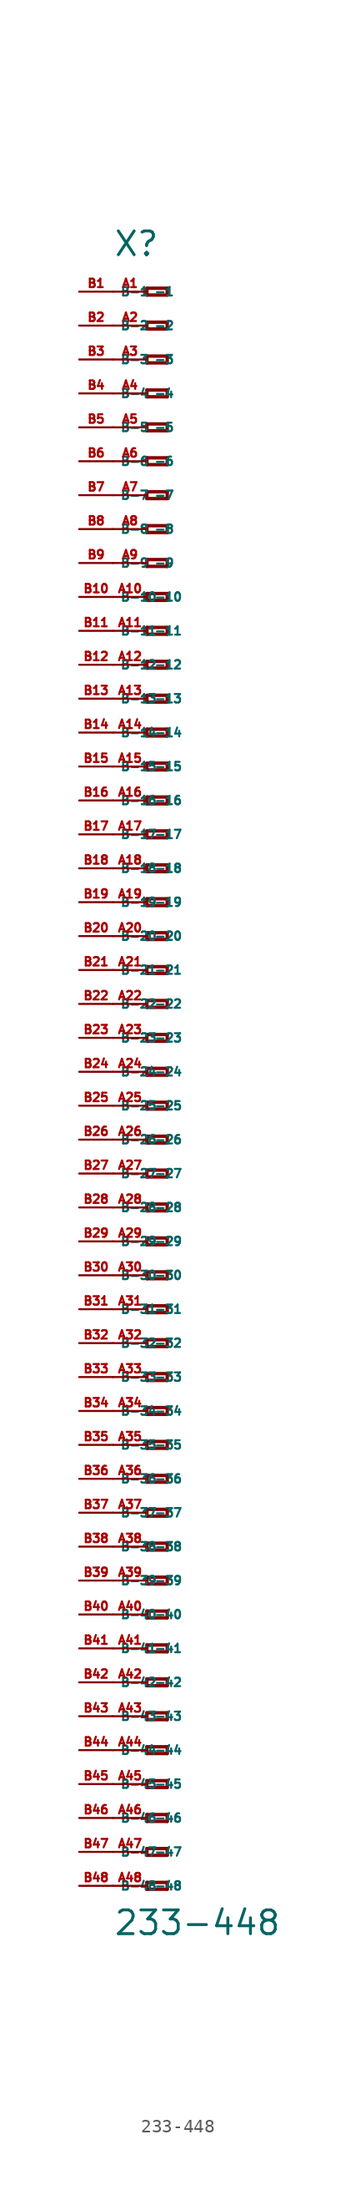
<source format=kicad_sym>
(kicad_symbol_lib
  (version 20220914)
  (generator Eagle2Kicad)
  (symbol "233-448"
    (property "Reference" "X"
      (at -5.08 60.96 0)
      (effects (font (size 1.778 1.778) (thickness 0.22)) (justify left bottom)))
    (property "Value" "233-448"
      (at -5.08 -64.77 0)
      (effects (font (size 1.778 1.778) (thickness 0.22)) (justify left bottom)))
    (polyline
      (pts (xy -2.54 58.674) (xy -2.54 58.166))
      (stroke (width 0.254) (type default))
      (fill (type none)))
    (polyline
      (pts (xy -2.54 58.166) (xy -1.016 58.166))
      (stroke (width 0.254) (type default))
      (fill (type none)))
    (polyline
      (pts (xy -1.016 58.166) (xy -1.016 58.674))
      (stroke (width 0.254) (type default))
      (fill (type none)))
    (polyline
      (pts (xy -1.016 58.674) (xy -2.54 58.674))
      (stroke (width 0.254) (type default))
      (fill (type none)))
    (polyline
      (pts (xy -2.54 56.134) (xy -2.54 55.626))
      (stroke (width 0.254) (type default))
      (fill (type none)))
    (polyline
      (pts (xy -2.54 55.626) (xy -1.016 55.626))
      (stroke (width 0.254) (type default))
      (fill (type none)))
    (polyline
      (pts (xy -1.016 55.626) (xy -1.016 56.134))
      (stroke (width 0.254) (type default))
      (fill (type none)))
    (polyline
      (pts (xy -1.016 56.134) (xy -2.54 56.134))
      (stroke (width 0.254) (type default))
      (fill (type none)))
    (polyline
      (pts (xy -2.54 53.594) (xy -2.54 53.086))
      (stroke (width 0.254) (type default))
      (fill (type none)))
    (polyline
      (pts (xy -2.54 53.086) (xy -1.016 53.086))
      (stroke (width 0.254) (type default))
      (fill (type none)))
    (polyline
      (pts (xy -1.016 53.086) (xy -1.016 53.594))
      (stroke (width 0.254) (type default))
      (fill (type none)))
    (polyline
      (pts (xy -1.016 53.594) (xy -2.54 53.594))
      (stroke (width 0.254) (type default))
      (fill (type none)))
    (polyline
      (pts (xy -2.54 51.054) (xy -2.54 50.546))
      (stroke (width 0.254) (type default))
      (fill (type none)))
    (polyline
      (pts (xy -2.54 50.546) (xy -1.016 50.546))
      (stroke (width 0.254) (type default))
      (fill (type none)))
    (polyline
      (pts (xy -1.016 50.546) (xy -1.016 51.054))
      (stroke (width 0.254) (type default))
      (fill (type none)))
    (polyline
      (pts (xy -1.016 51.054) (xy -2.54 51.054))
      (stroke (width 0.254) (type default))
      (fill (type none)))
    (polyline
      (pts (xy -2.54 48.514) (xy -2.54 48.006))
      (stroke (width 0.254) (type default))
      (fill (type none)))
    (polyline
      (pts (xy -2.54 48.006) (xy -1.016 48.006))
      (stroke (width 0.254) (type default))
      (fill (type none)))
    (polyline
      (pts (xy -1.016 48.006) (xy -1.016 48.514))
      (stroke (width 0.254) (type default))
      (fill (type none)))
    (polyline
      (pts (xy -1.016 48.514) (xy -2.54 48.514))
      (stroke (width 0.254) (type default))
      (fill (type none)))
    (polyline
      (pts (xy -2.54 45.974) (xy -2.54 45.466))
      (stroke (width 0.254) (type default))
      (fill (type none)))
    (polyline
      (pts (xy -2.54 45.466) (xy -1.016 45.466))
      (stroke (width 0.254) (type default))
      (fill (type none)))
    (polyline
      (pts (xy -1.016 45.466) (xy -1.016 45.974))
      (stroke (width 0.254) (type default))
      (fill (type none)))
    (polyline
      (pts (xy -1.016 45.974) (xy -2.54 45.974))
      (stroke (width 0.254) (type default))
      (fill (type none)))
    (polyline
      (pts (xy -2.54 43.434) (xy -2.54 42.926))
      (stroke (width 0.254) (type default))
      (fill (type none)))
    (polyline
      (pts (xy -2.54 42.926) (xy -1.016 42.926))
      (stroke (width 0.254) (type default))
      (fill (type none)))
    (polyline
      (pts (xy -1.016 42.926) (xy -1.016 43.434))
      (stroke (width 0.254) (type default))
      (fill (type none)))
    (polyline
      (pts (xy -1.016 43.434) (xy -2.54 43.434))
      (stroke (width 0.254) (type default))
      (fill (type none)))
    (polyline
      (pts (xy -2.54 40.894) (xy -2.54 40.386))
      (stroke (width 0.254) (type default))
      (fill (type none)))
    (polyline
      (pts (xy -2.54 40.386) (xy -1.016 40.386))
      (stroke (width 0.254) (type default))
      (fill (type none)))
    (polyline
      (pts (xy -1.016 40.386) (xy -1.016 40.894))
      (stroke (width 0.254) (type default))
      (fill (type none)))
    (polyline
      (pts (xy -1.016 40.894) (xy -2.54 40.894))
      (stroke (width 0.254) (type default))
      (fill (type none)))
    (polyline
      (pts (xy -2.54 38.354) (xy -2.54 37.846))
      (stroke (width 0.254) (type default))
      (fill (type none)))
    (polyline
      (pts (xy -2.54 37.846) (xy -1.016 37.846))
      (stroke (width 0.254) (type default))
      (fill (type none)))
    (polyline
      (pts (xy -1.016 37.846) (xy -1.016 38.354))
      (stroke (width 0.254) (type default))
      (fill (type none)))
    (polyline
      (pts (xy -1.016 38.354) (xy -2.54 38.354))
      (stroke (width 0.254) (type default))
      (fill (type none)))
    (polyline
      (pts (xy -2.54 35.814) (xy -2.54 35.306))
      (stroke (width 0.254) (type default))
      (fill (type none)))
    (polyline
      (pts (xy -2.54 35.306) (xy -1.016 35.306))
      (stroke (width 0.254) (type default))
      (fill (type none)))
    (polyline
      (pts (xy -1.016 35.306) (xy -1.016 35.814))
      (stroke (width 0.254) (type default))
      (fill (type none)))
    (polyline
      (pts (xy -1.016 35.814) (xy -2.54 35.814))
      (stroke (width 0.254) (type default))
      (fill (type none)))
    (polyline
      (pts (xy -2.54 33.274) (xy -2.54 32.766))
      (stroke (width 0.254) (type default))
      (fill (type none)))
    (polyline
      (pts (xy -2.54 32.766) (xy -1.016 32.766))
      (stroke (width 0.254) (type default))
      (fill (type none)))
    (polyline
      (pts (xy -1.016 32.766) (xy -1.016 33.274))
      (stroke (width 0.254) (type default))
      (fill (type none)))
    (polyline
      (pts (xy -1.016 33.274) (xy -2.54 33.274))
      (stroke (width 0.254) (type default))
      (fill (type none)))
    (polyline
      (pts (xy -2.54 30.734) (xy -2.54 30.226))
      (stroke (width 0.254) (type default))
      (fill (type none)))
    (polyline
      (pts (xy -2.54 30.226) (xy -1.016 30.226))
      (stroke (width 0.254) (type default))
      (fill (type none)))
    (polyline
      (pts (xy -1.016 30.226) (xy -1.016 30.734))
      (stroke (width 0.254) (type default))
      (fill (type none)))
    (polyline
      (pts (xy -1.016 30.734) (xy -2.54 30.734))
      (stroke (width 0.254) (type default))
      (fill (type none)))
    (polyline
      (pts (xy -2.54 28.194) (xy -2.54 27.686))
      (stroke (width 0.254) (type default))
      (fill (type none)))
    (polyline
      (pts (xy -2.54 27.686) (xy -1.016 27.686))
      (stroke (width 0.254) (type default))
      (fill (type none)))
    (polyline
      (pts (xy -1.016 27.686) (xy -1.016 28.194))
      (stroke (width 0.254) (type default))
      (fill (type none)))
    (polyline
      (pts (xy -1.016 28.194) (xy -2.54 28.194))
      (stroke (width 0.254) (type default))
      (fill (type none)))
    (polyline
      (pts (xy -2.54 25.654) (xy -2.54 25.146))
      (stroke (width 0.254) (type default))
      (fill (type none)))
    (polyline
      (pts (xy -2.54 25.146) (xy -1.016 25.146))
      (stroke (width 0.254) (type default))
      (fill (type none)))
    (polyline
      (pts (xy -1.016 25.146) (xy -1.016 25.654))
      (stroke (width 0.254) (type default))
      (fill (type none)))
    (polyline
      (pts (xy -1.016 25.654) (xy -2.54 25.654))
      (stroke (width 0.254) (type default))
      (fill (type none)))
    (polyline
      (pts (xy -2.54 23.114) (xy -2.54 22.606))
      (stroke (width 0.254) (type default))
      (fill (type none)))
    (polyline
      (pts (xy -2.54 22.606) (xy -1.016 22.606))
      (stroke (width 0.254) (type default))
      (fill (type none)))
    (polyline
      (pts (xy -1.016 22.606) (xy -1.016 23.114))
      (stroke (width 0.254) (type default))
      (fill (type none)))
    (polyline
      (pts (xy -1.016 23.114) (xy -2.54 23.114))
      (stroke (width 0.254) (type default))
      (fill (type none)))
    (polyline
      (pts (xy -2.54 20.574) (xy -2.54 20.066))
      (stroke (width 0.254) (type default))
      (fill (type none)))
    (polyline
      (pts (xy -2.54 20.066) (xy -1.016 20.066))
      (stroke (width 0.254) (type default))
      (fill (type none)))
    (polyline
      (pts (xy -1.016 20.066) (xy -1.016 20.574))
      (stroke (width 0.254) (type default))
      (fill (type none)))
    (polyline
      (pts (xy -1.016 20.574) (xy -2.54 20.574))
      (stroke (width 0.254) (type default))
      (fill (type none)))
    (polyline
      (pts (xy -2.54 18.034) (xy -2.54 17.526))
      (stroke (width 0.254) (type default))
      (fill (type none)))
    (polyline
      (pts (xy -2.54 17.526) (xy -1.016 17.526))
      (stroke (width 0.254) (type default))
      (fill (type none)))
    (polyline
      (pts (xy -1.016 17.526) (xy -1.016 18.034))
      (stroke (width 0.254) (type default))
      (fill (type none)))
    (polyline
      (pts (xy -1.016 18.034) (xy -2.54 18.034))
      (stroke (width 0.254) (type default))
      (fill (type none)))
    (polyline
      (pts (xy -2.54 15.494) (xy -2.54 14.986))
      (stroke (width 0.254) (type default))
      (fill (type none)))
    (polyline
      (pts (xy -2.54 14.986) (xy -1.016 14.986))
      (stroke (width 0.254) (type default))
      (fill (type none)))
    (polyline
      (pts (xy -1.016 14.986) (xy -1.016 15.494))
      (stroke (width 0.254) (type default))
      (fill (type none)))
    (polyline
      (pts (xy -1.016 15.494) (xy -2.54 15.494))
      (stroke (width 0.254) (type default))
      (fill (type none)))
    (polyline
      (pts (xy -2.54 12.954) (xy -2.54 12.446))
      (stroke (width 0.254) (type default))
      (fill (type none)))
    (polyline
      (pts (xy -2.54 12.446) (xy -1.016 12.446))
      (stroke (width 0.254) (type default))
      (fill (type none)))
    (polyline
      (pts (xy -1.016 12.446) (xy -1.016 12.954))
      (stroke (width 0.254) (type default))
      (fill (type none)))
    (polyline
      (pts (xy -1.016 12.954) (xy -2.54 12.954))
      (stroke (width 0.254) (type default))
      (fill (type none)))
    (polyline
      (pts (xy -2.54 10.414) (xy -2.54 9.906))
      (stroke (width 0.254) (type default))
      (fill (type none)))
    (polyline
      (pts (xy -2.54 9.906) (xy -1.016 9.906))
      (stroke (width 0.254) (type default))
      (fill (type none)))
    (polyline
      (pts (xy -1.016 9.906) (xy -1.016 10.414))
      (stroke (width 0.254) (type default))
      (fill (type none)))
    (polyline
      (pts (xy -1.016 10.414) (xy -2.54 10.414))
      (stroke (width 0.254) (type default))
      (fill (type none)))
    (polyline
      (pts (xy -2.54 7.874) (xy -2.54 7.366))
      (stroke (width 0.254) (type default))
      (fill (type none)))
    (polyline
      (pts (xy -2.54 7.366) (xy -1.016 7.366))
      (stroke (width 0.254) (type default))
      (fill (type none)))
    (polyline
      (pts (xy -1.016 7.366) (xy -1.016 7.874))
      (stroke (width 0.254) (type default))
      (fill (type none)))
    (polyline
      (pts (xy -1.016 7.874) (xy -2.54 7.874))
      (stroke (width 0.254) (type default))
      (fill (type none)))
    (polyline
      (pts (xy -2.54 5.334) (xy -2.54 4.826))
      (stroke (width 0.254) (type default))
      (fill (type none)))
    (polyline
      (pts (xy -2.54 4.826) (xy -1.016 4.826))
      (stroke (width 0.254) (type default))
      (fill (type none)))
    (polyline
      (pts (xy -1.016 4.826) (xy -1.016 5.334))
      (stroke (width 0.254) (type default))
      (fill (type none)))
    (polyline
      (pts (xy -1.016 5.334) (xy -2.54 5.334))
      (stroke (width 0.254) (type default))
      (fill (type none)))
    (polyline
      (pts (xy -2.54 2.794) (xy -2.54 2.286))
      (stroke (width 0.254) (type default))
      (fill (type none)))
    (polyline
      (pts (xy -2.54 2.286) (xy -1.016 2.286))
      (stroke (width 0.254) (type default))
      (fill (type none)))
    (polyline
      (pts (xy -1.016 2.286) (xy -1.016 2.794))
      (stroke (width 0.254) (type default))
      (fill (type none)))
    (polyline
      (pts (xy -1.016 2.794) (xy -2.54 2.794))
      (stroke (width 0.254) (type default))
      (fill (type none)))
    (polyline
      (pts (xy -2.54 0.254) (xy -2.54 -0.254))
      (stroke (width 0.254) (type default))
      (fill (type none)))
    (polyline
      (pts (xy -2.54 -0.254) (xy -1.016 -0.254))
      (stroke (width 0.254) (type default))
      (fill (type none)))
    (polyline
      (pts (xy -1.016 -0.254) (xy -1.016 0.254))
      (stroke (width 0.254) (type default))
      (fill (type none)))
    (polyline
      (pts (xy -1.016 0.254) (xy -2.54 0.254))
      (stroke (width 0.254) (type default))
      (fill (type none)))
    (polyline
      (pts (xy -2.54 -2.286) (xy -2.54 -2.794))
      (stroke (width 0.254) (type default))
      (fill (type none)))
    (polyline
      (pts (xy -2.54 -2.794) (xy -1.016 -2.794))
      (stroke (width 0.254) (type default))
      (fill (type none)))
    (polyline
      (pts (xy -1.016 -2.794) (xy -1.016 -2.286))
      (stroke (width 0.254) (type default))
      (fill (type none)))
    (polyline
      (pts (xy -1.016 -2.286) (xy -2.54 -2.286))
      (stroke (width 0.254) (type default))
      (fill (type none)))
    (polyline
      (pts (xy -2.54 -4.826) (xy -2.54 -5.334))
      (stroke (width 0.254) (type default))
      (fill (type none)))
    (polyline
      (pts (xy -2.54 -5.334) (xy -1.016 -5.334))
      (stroke (width 0.254) (type default))
      (fill (type none)))
    (polyline
      (pts (xy -1.016 -5.334) (xy -1.016 -4.826))
      (stroke (width 0.254) (type default))
      (fill (type none)))
    (polyline
      (pts (xy -1.016 -4.826) (xy -2.54 -4.826))
      (stroke (width 0.254) (type default))
      (fill (type none)))
    (polyline
      (pts (xy -2.54 -7.366) (xy -2.54 -7.874))
      (stroke (width 0.254) (type default))
      (fill (type none)))
    (polyline
      (pts (xy -2.54 -7.874) (xy -1.016 -7.874))
      (stroke (width 0.254) (type default))
      (fill (type none)))
    (polyline
      (pts (xy -1.016 -7.874) (xy -1.016 -7.366))
      (stroke (width 0.254) (type default))
      (fill (type none)))
    (polyline
      (pts (xy -1.016 -7.366) (xy -2.54 -7.366))
      (stroke (width 0.254) (type default))
      (fill (type none)))
    (polyline
      (pts (xy -2.54 -9.906) (xy -2.54 -10.414))
      (stroke (width 0.254) (type default))
      (fill (type none)))
    (polyline
      (pts (xy -2.54 -10.414) (xy -1.016 -10.414))
      (stroke (width 0.254) (type default))
      (fill (type none)))
    (polyline
      (pts (xy -1.016 -10.414) (xy -1.016 -9.906))
      (stroke (width 0.254) (type default))
      (fill (type none)))
    (polyline
      (pts (xy -1.016 -9.906) (xy -2.54 -9.906))
      (stroke (width 0.254) (type default))
      (fill (type none)))
    (polyline
      (pts (xy -2.54 -12.446) (xy -2.54 -12.954))
      (stroke (width 0.254) (type default))
      (fill (type none)))
    (polyline
      (pts (xy -2.54 -12.954) (xy -1.016 -12.954))
      (stroke (width 0.254) (type default))
      (fill (type none)))
    (polyline
      (pts (xy -1.016 -12.954) (xy -1.016 -12.446))
      (stroke (width 0.254) (type default))
      (fill (type none)))
    (polyline
      (pts (xy -1.016 -12.446) (xy -2.54 -12.446))
      (stroke (width 0.254) (type default))
      (fill (type none)))
    (polyline
      (pts (xy -2.54 -14.986) (xy -2.54 -15.494))
      (stroke (width 0.254) (type default))
      (fill (type none)))
    (polyline
      (pts (xy -2.54 -15.494) (xy -1.016 -15.494))
      (stroke (width 0.254) (type default))
      (fill (type none)))
    (polyline
      (pts (xy -1.016 -15.494) (xy -1.016 -14.986))
      (stroke (width 0.254) (type default))
      (fill (type none)))
    (polyline
      (pts (xy -1.016 -14.986) (xy -2.54 -14.986))
      (stroke (width 0.254) (type default))
      (fill (type none)))
    (polyline
      (pts (xy -2.54 -17.526) (xy -2.54 -18.034))
      (stroke (width 0.254) (type default))
      (fill (type none)))
    (polyline
      (pts (xy -2.54 -18.034) (xy -1.016 -18.034))
      (stroke (width 0.254) (type default))
      (fill (type none)))
    (polyline
      (pts (xy -1.016 -18.034) (xy -1.016 -17.526))
      (stroke (width 0.254) (type default))
      (fill (type none)))
    (polyline
      (pts (xy -1.016 -17.526) (xy -2.54 -17.526))
      (stroke (width 0.254) (type default))
      (fill (type none)))
    (polyline
      (pts (xy -2.54 -20.066) (xy -2.54 -20.574))
      (stroke (width 0.254) (type default))
      (fill (type none)))
    (polyline
      (pts (xy -2.54 -20.574) (xy -1.016 -20.574))
      (stroke (width 0.254) (type default))
      (fill (type none)))
    (polyline
      (pts (xy -1.016 -20.574) (xy -1.016 -20.066))
      (stroke (width 0.254) (type default))
      (fill (type none)))
    (polyline
      (pts (xy -1.016 -20.066) (xy -2.54 -20.066))
      (stroke (width 0.254) (type default))
      (fill (type none)))
    (polyline
      (pts (xy -2.54 -22.606) (xy -2.54 -23.114))
      (stroke (width 0.254) (type default))
      (fill (type none)))
    (polyline
      (pts (xy -2.54 -23.114) (xy -1.016 -23.114))
      (stroke (width 0.254) (type default))
      (fill (type none)))
    (polyline
      (pts (xy -1.016 -23.114) (xy -1.016 -22.606))
      (stroke (width 0.254) (type default))
      (fill (type none)))
    (polyline
      (pts (xy -1.016 -22.606) (xy -2.54 -22.606))
      (stroke (width 0.254) (type default))
      (fill (type none)))
    (polyline
      (pts (xy -2.54 -25.146) (xy -2.54 -25.654))
      (stroke (width 0.254) (type default))
      (fill (type none)))
    (polyline
      (pts (xy -2.54 -25.654) (xy -1.016 -25.654))
      (stroke (width 0.254) (type default))
      (fill (type none)))
    (polyline
      (pts (xy -1.016 -25.654) (xy -1.016 -25.146))
      (stroke (width 0.254) (type default))
      (fill (type none)))
    (polyline
      (pts (xy -1.016 -25.146) (xy -2.54 -25.146))
      (stroke (width 0.254) (type default))
      (fill (type none)))
    (polyline
      (pts (xy -2.54 -27.686) (xy -2.54 -28.194))
      (stroke (width 0.254) (type default))
      (fill (type none)))
    (polyline
      (pts (xy -2.54 -28.194) (xy -1.016 -28.194))
      (stroke (width 0.254) (type default))
      (fill (type none)))
    (polyline
      (pts (xy -1.016 -28.194) (xy -1.016 -27.686))
      (stroke (width 0.254) (type default))
      (fill (type none)))
    (polyline
      (pts (xy -1.016 -27.686) (xy -2.54 -27.686))
      (stroke (width 0.254) (type default))
      (fill (type none)))
    (polyline
      (pts (xy -2.54 -30.226) (xy -2.54 -30.734))
      (stroke (width 0.254) (type default))
      (fill (type none)))
    (polyline
      (pts (xy -2.54 -30.734) (xy -1.016 -30.734))
      (stroke (width 0.254) (type default))
      (fill (type none)))
    (polyline
      (pts (xy -1.016 -30.734) (xy -1.016 -30.226))
      (stroke (width 0.254) (type default))
      (fill (type none)))
    (polyline
      (pts (xy -1.016 -30.226) (xy -2.54 -30.226))
      (stroke (width 0.254) (type default))
      (fill (type none)))
    (polyline
      (pts (xy -2.54 -32.766) (xy -2.54 -33.274))
      (stroke (width 0.254) (type default))
      (fill (type none)))
    (polyline
      (pts (xy -2.54 -33.274) (xy -1.016 -33.274))
      (stroke (width 0.254) (type default))
      (fill (type none)))
    (polyline
      (pts (xy -1.016 -33.274) (xy -1.016 -32.766))
      (stroke (width 0.254) (type default))
      (fill (type none)))
    (polyline
      (pts (xy -1.016 -32.766) (xy -2.54 -32.766))
      (stroke (width 0.254) (type default))
      (fill (type none)))
    (polyline
      (pts (xy -2.54 -35.306) (xy -2.54 -35.814))
      (stroke (width 0.254) (type default))
      (fill (type none)))
    (polyline
      (pts (xy -2.54 -35.814) (xy -1.016 -35.814))
      (stroke (width 0.254) (type default))
      (fill (type none)))
    (polyline
      (pts (xy -1.016 -35.814) (xy -1.016 -35.306))
      (stroke (width 0.254) (type default))
      (fill (type none)))
    (polyline
      (pts (xy -1.016 -35.306) (xy -2.54 -35.306))
      (stroke (width 0.254) (type default))
      (fill (type none)))
    (polyline
      (pts (xy -2.54 -37.846) (xy -2.54 -38.354))
      (stroke (width 0.254) (type default))
      (fill (type none)))
    (polyline
      (pts (xy -2.54 -38.354) (xy -1.016 -38.354))
      (stroke (width 0.254) (type default))
      (fill (type none)))
    (polyline
      (pts (xy -1.016 -38.354) (xy -1.016 -37.846))
      (stroke (width 0.254) (type default))
      (fill (type none)))
    (polyline
      (pts (xy -1.016 -37.846) (xy -2.54 -37.846))
      (stroke (width 0.254) (type default))
      (fill (type none)))
    (polyline
      (pts (xy -2.54 -40.386) (xy -2.54 -40.894))
      (stroke (width 0.254) (type default))
      (fill (type none)))
    (polyline
      (pts (xy -2.54 -40.894) (xy -1.016 -40.894))
      (stroke (width 0.254) (type default))
      (fill (type none)))
    (polyline
      (pts (xy -1.016 -40.894) (xy -1.016 -40.386))
      (stroke (width 0.254) (type default))
      (fill (type none)))
    (polyline
      (pts (xy -1.016 -40.386) (xy -2.54 -40.386))
      (stroke (width 0.254) (type default))
      (fill (type none)))
    (polyline
      (pts (xy -2.54 -42.926) (xy -2.54 -43.434))
      (stroke (width 0.254) (type default))
      (fill (type none)))
    (polyline
      (pts (xy -2.54 -43.434) (xy -1.016 -43.434))
      (stroke (width 0.254) (type default))
      (fill (type none)))
    (polyline
      (pts (xy -1.016 -43.434) (xy -1.016 -42.926))
      (stroke (width 0.254) (type default))
      (fill (type none)))
    (polyline
      (pts (xy -1.016 -42.926) (xy -2.54 -42.926))
      (stroke (width 0.254) (type default))
      (fill (type none)))
    (polyline
      (pts (xy -2.54 -45.466) (xy -2.54 -45.974))
      (stroke (width 0.254) (type default))
      (fill (type none)))
    (polyline
      (pts (xy -2.54 -45.974) (xy -1.016 -45.974))
      (stroke (width 0.254) (type default))
      (fill (type none)))
    (polyline
      (pts (xy -1.016 -45.974) (xy -1.016 -45.466))
      (stroke (width 0.254) (type default))
      (fill (type none)))
    (polyline
      (pts (xy -1.016 -45.466) (xy -2.54 -45.466))
      (stroke (width 0.254) (type default))
      (fill (type none)))
    (polyline
      (pts (xy -2.54 -48.006) (xy -2.54 -48.514))
      (stroke (width 0.254) (type default))
      (fill (type none)))
    (polyline
      (pts (xy -2.54 -48.514) (xy -1.016 -48.514))
      (stroke (width 0.254) (type default))
      (fill (type none)))
    (polyline
      (pts (xy -1.016 -48.514) (xy -1.016 -48.006))
      (stroke (width 0.254) (type default))
      (fill (type none)))
    (polyline
      (pts (xy -1.016 -48.006) (xy -2.54 -48.006))
      (stroke (width 0.254) (type default))
      (fill (type none)))
    (polyline
      (pts (xy -2.54 -50.546) (xy -2.54 -51.054))
      (stroke (width 0.254) (type default))
      (fill (type none)))
    (polyline
      (pts (xy -2.54 -51.054) (xy -1.016 -51.054))
      (stroke (width 0.254) (type default))
      (fill (type none)))
    (polyline
      (pts (xy -1.016 -51.054) (xy -1.016 -50.546))
      (stroke (width 0.254) (type default))
      (fill (type none)))
    (polyline
      (pts (xy -1.016 -50.546) (xy -2.54 -50.546))
      (stroke (width 0.254) (type default))
      (fill (type none)))
    (polyline
      (pts (xy -2.54 -53.086) (xy -2.54 -53.594))
      (stroke (width 0.254) (type default))
      (fill (type none)))
    (polyline
      (pts (xy -2.54 -53.594) (xy -1.016 -53.594))
      (stroke (width 0.254) (type default))
      (fill (type none)))
    (polyline
      (pts (xy -1.016 -53.594) (xy -1.016 -53.086))
      (stroke (width 0.254) (type default))
      (fill (type none)))
    (polyline
      (pts (xy -1.016 -53.086) (xy -2.54 -53.086))
      (stroke (width 0.254) (type default))
      (fill (type none)))
    (polyline
      (pts (xy -2.54 -55.626) (xy -2.54 -56.134))
      (stroke (width 0.254) (type default))
      (fill (type none)))
    (polyline
      (pts (xy -2.54 -56.134) (xy -1.016 -56.134))
      (stroke (width 0.254) (type default))
      (fill (type none)))
    (polyline
      (pts (xy -1.016 -56.134) (xy -1.016 -55.626))
      (stroke (width 0.254) (type default))
      (fill (type none)))
    (polyline
      (pts (xy -1.016 -55.626) (xy -2.54 -55.626))
      (stroke (width 0.254) (type default))
      (fill (type none)))
    (polyline
      (pts (xy -2.54 -58.166) (xy -2.54 -58.674))
      (stroke (width 0.254) (type default))
      (fill (type none)))
    (polyline
      (pts (xy -2.54 -58.674) (xy -1.016 -58.674))
      (stroke (width 0.254) (type default))
      (fill (type none)))
    (polyline
      (pts (xy -1.016 -58.674) (xy -1.016 -58.166))
      (stroke (width 0.254) (type default))
      (fill (type none)))
    (polyline
      (pts (xy -1.016 -58.166) (xy -2.54 -58.166))
      (stroke (width 0.254) (type default))
      (fill (type none)))
    (polyline
      (pts (xy -2.54 -60.706) (xy -2.54 -61.214))
      (stroke (width 0.254) (type default))
      (fill (type none)))
    (polyline
      (pts (xy -2.54 -61.214) (xy -1.016 -61.214))
      (stroke (width 0.254) (type default))
      (fill (type none)))
    (polyline
      (pts (xy -1.016 -61.214) (xy -1.016 -60.706))
      (stroke (width 0.254) (type default))
      (fill (type none)))
    (polyline
      (pts (xy -1.016 -60.706) (xy -2.54 -60.706))
      (stroke (width 0.254) (type default))
      (fill (type none)))
    (pin passive line
      (at -5.08 58.42 0)
      (length 2.54)
      (name "-1" (effects (font (size 0.635 0.635) (thickness 0.08)) (justify left bottom)))
      (number "A1" (effects (font (size 0.635 0.635) (thickness 0.08)) (justify left bottom))))
    (pin passive line
      (at -5.08 55.88 0)
      (length 2.54)
      (name "-2" (effects (font (size 0.635 0.635) (thickness 0.08)) (justify left bottom)))
      (number "A2" (effects (font (size 0.635 0.635) (thickness 0.08)) (justify left bottom))))
    (pin passive line
      (at -5.08 53.34 0)
      (length 2.54)
      (name "-3" (effects (font (size 0.635 0.635) (thickness 0.08)) (justify left bottom)))
      (number "A3" (effects (font (size 0.635 0.635) (thickness 0.08)) (justify left bottom))))
    (pin passive line
      (at -5.08 50.8 0)
      (length 2.54)
      (name "-4" (effects (font (size 0.635 0.635) (thickness 0.08)) (justify left bottom)))
      (number "A4" (effects (font (size 0.635 0.635) (thickness 0.08)) (justify left bottom))))
    (pin passive line
      (at -5.08 48.26 0)
      (length 2.54)
      (name "-5" (effects (font (size 0.635 0.635) (thickness 0.08)) (justify left bottom)))
      (number "A5" (effects (font (size 0.635 0.635) (thickness 0.08)) (justify left bottom))))
    (pin passive line
      (at -5.08 45.72 0)
      (length 2.54)
      (name "-6" (effects (font (size 0.635 0.635) (thickness 0.08)) (justify left bottom)))
      (number "A6" (effects (font (size 0.635 0.635) (thickness 0.08)) (justify left bottom))))
    (pin passive line
      (at -5.08 43.18 0)
      (length 2.54)
      (name "-7" (effects (font (size 0.635 0.635) (thickness 0.08)) (justify left bottom)))
      (number "A7" (effects (font (size 0.635 0.635) (thickness 0.08)) (justify left bottom))))
    (pin passive line
      (at -5.08 40.64 0)
      (length 2.54)
      (name "-8" (effects (font (size 0.635 0.635) (thickness 0.08)) (justify left bottom)))
      (number "A8" (effects (font (size 0.635 0.635) (thickness 0.08)) (justify left bottom))))
    (pin passive line
      (at -5.08 38.1 0)
      (length 2.54)
      (name "-9" (effects (font (size 0.635 0.635) (thickness 0.08)) (justify left bottom)))
      (number "A9" (effects (font (size 0.635 0.635) (thickness 0.08)) (justify left bottom))))
    (pin passive line
      (at -5.08 35.56 0)
      (length 2.54)
      (name "-10" (effects (font (size 0.635 0.635) (thickness 0.08)) (justify left bottom)))
      (number "A10" (effects (font (size 0.635 0.635) (thickness 0.08)) (justify left bottom))))
    (pin passive line
      (at -5.08 33.02 0)
      (length 2.54)
      (name "-11" (effects (font (size 0.635 0.635) (thickness 0.08)) (justify left bottom)))
      (number "A11" (effects (font (size 0.635 0.635) (thickness 0.08)) (justify left bottom))))
    (pin passive line
      (at -5.08 30.48 0)
      (length 2.54)
      (name "-12" (effects (font (size 0.635 0.635) (thickness 0.08)) (justify left bottom)))
      (number "A12" (effects (font (size 0.635 0.635) (thickness 0.08)) (justify left bottom))))
    (pin passive line
      (at -5.08 27.94 0)
      (length 2.54)
      (name "-13" (effects (font (size 0.635 0.635) (thickness 0.08)) (justify left bottom)))
      (number "A13" (effects (font (size 0.635 0.635) (thickness 0.08)) (justify left bottom))))
    (pin passive line
      (at -5.08 25.4 0)
      (length 2.54)
      (name "-14" (effects (font (size 0.635 0.635) (thickness 0.08)) (justify left bottom)))
      (number "A14" (effects (font (size 0.635 0.635) (thickness 0.08)) (justify left bottom))))
    (pin passive line
      (at -5.08 22.86 0)
      (length 2.54)
      (name "-15" (effects (font (size 0.635 0.635) (thickness 0.08)) (justify left bottom)))
      (number "A15" (effects (font (size 0.635 0.635) (thickness 0.08)) (justify left bottom))))
    (pin passive line
      (at -5.08 20.32 0)
      (length 2.54)
      (name "-16" (effects (font (size 0.635 0.635) (thickness 0.08)) (justify left bottom)))
      (number "A16" (effects (font (size 0.635 0.635) (thickness 0.08)) (justify left bottom))))
    (pin passive line
      (at -5.08 17.78 0)
      (length 2.54)
      (name "-17" (effects (font (size 0.635 0.635) (thickness 0.08)) (justify left bottom)))
      (number "A17" (effects (font (size 0.635 0.635) (thickness 0.08)) (justify left bottom))))
    (pin passive line
      (at -5.08 15.24 0)
      (length 2.54)
      (name "-18" (effects (font (size 0.635 0.635) (thickness 0.08)) (justify left bottom)))
      (number "A18" (effects (font (size 0.635 0.635) (thickness 0.08)) (justify left bottom))))
    (pin passive line
      (at -5.08 12.7 0)
      (length 2.54)
      (name "-19" (effects (font (size 0.635 0.635) (thickness 0.08)) (justify left bottom)))
      (number "A19" (effects (font (size 0.635 0.635) (thickness 0.08)) (justify left bottom))))
    (pin passive line
      (at -5.08 10.16 0)
      (length 2.54)
      (name "-20" (effects (font (size 0.635 0.635) (thickness 0.08)) (justify left bottom)))
      (number "A20" (effects (font (size 0.635 0.635) (thickness 0.08)) (justify left bottom))))
    (pin passive line
      (at -5.08 7.62 0)
      (length 2.54)
      (name "-21" (effects (font (size 0.635 0.635) (thickness 0.08)) (justify left bottom)))
      (number "A21" (effects (font (size 0.635 0.635) (thickness 0.08)) (justify left bottom))))
    (pin passive line
      (at -5.08 5.08 0)
      (length 2.54)
      (name "-22" (effects (font (size 0.635 0.635) (thickness 0.08)) (justify left bottom)))
      (number "A22" (effects (font (size 0.635 0.635) (thickness 0.08)) (justify left bottom))))
    (pin passive line
      (at -5.08 2.54 0)
      (length 2.54)
      (name "-23" (effects (font (size 0.635 0.635) (thickness 0.08)) (justify left bottom)))
      (number "A23" (effects (font (size 0.635 0.635) (thickness 0.08)) (justify left bottom))))
    (pin passive line
      (at -5.08 0 0)
      (length 2.54)
      (name "-24" (effects (font (size 0.635 0.635) (thickness 0.08)) (justify left bottom)))
      (number "A24" (effects (font (size 0.635 0.635) (thickness 0.08)) (justify left bottom))))
    (pin passive line
      (at -5.08 -2.54 0)
      (length 2.54)
      (name "-25" (effects (font (size 0.635 0.635) (thickness 0.08)) (justify left bottom)))
      (number "A25" (effects (font (size 0.635 0.635) (thickness 0.08)) (justify left bottom))))
    (pin passive line
      (at -5.08 -5.08 0)
      (length 2.54)
      (name "-26" (effects (font (size 0.635 0.635) (thickness 0.08)) (justify left bottom)))
      (number "A26" (effects (font (size 0.635 0.635) (thickness 0.08)) (justify left bottom))))
    (pin passive line
      (at -5.08 -7.62 0)
      (length 2.54)
      (name "-27" (effects (font (size 0.635 0.635) (thickness 0.08)) (justify left bottom)))
      (number "A27" (effects (font (size 0.635 0.635) (thickness 0.08)) (justify left bottom))))
    (pin passive line
      (at -5.08 -10.16 0)
      (length 2.54)
      (name "-28" (effects (font (size 0.635 0.635) (thickness 0.08)) (justify left bottom)))
      (number "A28" (effects (font (size 0.635 0.635) (thickness 0.08)) (justify left bottom))))
    (pin passive line
      (at -5.08 -12.7 0)
      (length 2.54)
      (name "-29" (effects (font (size 0.635 0.635) (thickness 0.08)) (justify left bottom)))
      (number "A29" (effects (font (size 0.635 0.635) (thickness 0.08)) (justify left bottom))))
    (pin passive line
      (at -5.08 -15.24 0)
      (length 2.54)
      (name "-30" (effects (font (size 0.635 0.635) (thickness 0.08)) (justify left bottom)))
      (number "A30" (effects (font (size 0.635 0.635) (thickness 0.08)) (justify left bottom))))
    (pin passive line
      (at -5.08 -17.78 0)
      (length 2.54)
      (name "-31" (effects (font (size 0.635 0.635) (thickness 0.08)) (justify left bottom)))
      (number "A31" (effects (font (size 0.635 0.635) (thickness 0.08)) (justify left bottom))))
    (pin passive line
      (at -5.08 -20.32 0)
      (length 2.54)
      (name "-32" (effects (font (size 0.635 0.635) (thickness 0.08)) (justify left bottom)))
      (number "A32" (effects (font (size 0.635 0.635) (thickness 0.08)) (justify left bottom))))
    (pin passive line
      (at -5.08 -22.86 0)
      (length 2.54)
      (name "-33" (effects (font (size 0.635 0.635) (thickness 0.08)) (justify left bottom)))
      (number "A33" (effects (font (size 0.635 0.635) (thickness 0.08)) (justify left bottom))))
    (pin passive line
      (at -5.08 -25.4 0)
      (length 2.54)
      (name "-34" (effects (font (size 0.635 0.635) (thickness 0.08)) (justify left bottom)))
      (number "A34" (effects (font (size 0.635 0.635) (thickness 0.08)) (justify left bottom))))
    (pin passive line
      (at -5.08 -27.94 0)
      (length 2.54)
      (name "-35" (effects (font (size 0.635 0.635) (thickness 0.08)) (justify left bottom)))
      (number "A35" (effects (font (size 0.635 0.635) (thickness 0.08)) (justify left bottom))))
    (pin passive line
      (at -5.08 -30.48 0)
      (length 2.54)
      (name "-36" (effects (font (size 0.635 0.635) (thickness 0.08)) (justify left bottom)))
      (number "A36" (effects (font (size 0.635 0.635) (thickness 0.08)) (justify left bottom))))
    (pin passive line
      (at -5.08 -33.02 0)
      (length 2.54)
      (name "-37" (effects (font (size 0.635 0.635) (thickness 0.08)) (justify left bottom)))
      (number "A37" (effects (font (size 0.635 0.635) (thickness 0.08)) (justify left bottom))))
    (pin passive line
      (at -5.08 -35.56 0)
      (length 2.54)
      (name "-38" (effects (font (size 0.635 0.635) (thickness 0.08)) (justify left bottom)))
      (number "A38" (effects (font (size 0.635 0.635) (thickness 0.08)) (justify left bottom))))
    (pin passive line
      (at -5.08 -38.1 0)
      (length 2.54)
      (name "-39" (effects (font (size 0.635 0.635) (thickness 0.08)) (justify left bottom)))
      (number "A39" (effects (font (size 0.635 0.635) (thickness 0.08)) (justify left bottom))))
    (pin passive line
      (at -5.08 -40.64 0)
      (length 2.54)
      (name "-40" (effects (font (size 0.635 0.635) (thickness 0.08)) (justify left bottom)))
      (number "A40" (effects (font (size 0.635 0.635) (thickness 0.08)) (justify left bottom))))
    (pin passive line
      (at -5.08 -43.18 0)
      (length 2.54)
      (name "-41" (effects (font (size 0.635 0.635) (thickness 0.08)) (justify left bottom)))
      (number "A41" (effects (font (size 0.635 0.635) (thickness 0.08)) (justify left bottom))))
    (pin passive line
      (at -5.08 -45.72 0)
      (length 2.54)
      (name "-42" (effects (font (size 0.635 0.635) (thickness 0.08)) (justify left bottom)))
      (number "A42" (effects (font (size 0.635 0.635) (thickness 0.08)) (justify left bottom))))
    (pin passive line
      (at -5.08 -48.26 0)
      (length 2.54)
      (name "-43" (effects (font (size 0.635 0.635) (thickness 0.08)) (justify left bottom)))
      (number "A43" (effects (font (size 0.635 0.635) (thickness 0.08)) (justify left bottom))))
    (pin passive line
      (at -5.08 -50.8 0)
      (length 2.54)
      (name "-44" (effects (font (size 0.635 0.635) (thickness 0.08)) (justify left bottom)))
      (number "A44" (effects (font (size 0.635 0.635) (thickness 0.08)) (justify left bottom))))
    (pin passive line
      (at -5.08 -53.34 0)
      (length 2.54)
      (name "-45" (effects (font (size 0.635 0.635) (thickness 0.08)) (justify left bottom)))
      (number "A45" (effects (font (size 0.635 0.635) (thickness 0.08)) (justify left bottom))))
    (pin passive line
      (at -5.08 -55.88 0)
      (length 2.54)
      (name "-46" (effects (font (size 0.635 0.635) (thickness 0.08)) (justify left bottom)))
      (number "A46" (effects (font (size 0.635 0.635) (thickness 0.08)) (justify left bottom))))
    (pin passive line
      (at -5.08 -58.42 0)
      (length 2.54)
      (name "-47" (effects (font (size 0.635 0.635) (thickness 0.08)) (justify left bottom)))
      (number "A47" (effects (font (size 0.635 0.635) (thickness 0.08)) (justify left bottom))))
    (pin passive line
      (at -5.08 -60.96 0)
      (length 2.54)
      (name "-48" (effects (font (size 0.635 0.635) (thickness 0.08)) (justify left bottom)))
      (number "A48" (effects (font (size 0.635 0.635) (thickness 0.08)) (justify left bottom))))
    (pin passive line
      (at -7.62 -60.96 0)
      (length 2.54)
      (name "B-48" (effects (font (size 0.635 0.635) (thickness 0.08)) (justify left bottom)))
      (number "B48" (effects (font (size 0.635 0.635) (thickness 0.08)) (justify left bottom))))
    (pin passive line
      (at -7.62 58.42 0)
      (length 2.54)
      (name "B-1" (effects (font (size 0.635 0.635) (thickness 0.08)) (justify left bottom)))
      (number "B1" (effects (font (size 0.635 0.635) (thickness 0.08)) (justify left bottom))))
    (pin passive line
      (at -7.62 55.88 0)
      (length 2.54)
      (name "B-2" (effects (font (size 0.635 0.635) (thickness 0.08)) (justify left bottom)))
      (number "B2" (effects (font (size 0.635 0.635) (thickness 0.08)) (justify left bottom))))
    (pin passive line
      (at -7.62 53.34 0)
      (length 2.54)
      (name "B-3" (effects (font (size 0.635 0.635) (thickness 0.08)) (justify left bottom)))
      (number "B3" (effects (font (size 0.635 0.635) (thickness 0.08)) (justify left bottom))))
    (pin passive line
      (at -7.62 50.8 0)
      (length 2.54)
      (name "B-4" (effects (font (size 0.635 0.635) (thickness 0.08)) (justify left bottom)))
      (number "B4" (effects (font (size 0.635 0.635) (thickness 0.08)) (justify left bottom))))
    (pin passive line
      (at -7.62 48.26 0)
      (length 2.54)
      (name "B-5" (effects (font (size 0.635 0.635) (thickness 0.08)) (justify left bottom)))
      (number "B5" (effects (font (size 0.635 0.635) (thickness 0.08)) (justify left bottom))))
    (pin passive line
      (at -7.62 45.72 0)
      (length 2.54)
      (name "B-6" (effects (font (size 0.635 0.635) (thickness 0.08)) (justify left bottom)))
      (number "B6" (effects (font (size 0.635 0.635) (thickness 0.08)) (justify left bottom))))
    (pin passive line
      (at -7.62 43.18 0)
      (length 2.54)
      (name "B-7" (effects (font (size 0.635 0.635) (thickness 0.08)) (justify left bottom)))
      (number "B7" (effects (font (size 0.635 0.635) (thickness 0.08)) (justify left bottom))))
    (pin passive line
      (at -7.62 40.64 0)
      (length 2.54)
      (name "B-8" (effects (font (size 0.635 0.635) (thickness 0.08)) (justify left bottom)))
      (number "B8" (effects (font (size 0.635 0.635) (thickness 0.08)) (justify left bottom))))
    (pin passive line
      (at -7.62 38.1 0)
      (length 2.54)
      (name "B-9" (effects (font (size 0.635 0.635) (thickness 0.08)) (justify left bottom)))
      (number "B9" (effects (font (size 0.635 0.635) (thickness 0.08)) (justify left bottom))))
    (pin passive line
      (at -7.62 35.56 0)
      (length 2.54)
      (name "B-10" (effects (font (size 0.635 0.635) (thickness 0.08)) (justify left bottom)))
      (number "B10" (effects (font (size 0.635 0.635) (thickness 0.08)) (justify left bottom))))
    (pin passive line
      (at -7.62 33.02 0)
      (length 2.54)
      (name "B-11" (effects (font (size 0.635 0.635) (thickness 0.08)) (justify left bottom)))
      (number "B11" (effects (font (size 0.635 0.635) (thickness 0.08)) (justify left bottom))))
    (pin passive line
      (at -7.62 30.48 0)
      (length 2.54)
      (name "B-12" (effects (font (size 0.635 0.635) (thickness 0.08)) (justify left bottom)))
      (number "B12" (effects (font (size 0.635 0.635) (thickness 0.08)) (justify left bottom))))
    (pin passive line
      (at -7.62 27.94 0)
      (length 2.54)
      (name "B-13" (effects (font (size 0.635 0.635) (thickness 0.08)) (justify left bottom)))
      (number "B13" (effects (font (size 0.635 0.635) (thickness 0.08)) (justify left bottom))))
    (pin passive line
      (at -7.62 25.4 0)
      (length 2.54)
      (name "B-14" (effects (font (size 0.635 0.635) (thickness 0.08)) (justify left bottom)))
      (number "B14" (effects (font (size 0.635 0.635) (thickness 0.08)) (justify left bottom))))
    (pin passive line
      (at -7.62 22.86 0)
      (length 2.54)
      (name "B-15" (effects (font (size 0.635 0.635) (thickness 0.08)) (justify left bottom)))
      (number "B15" (effects (font (size 0.635 0.635) (thickness 0.08)) (justify left bottom))))
    (pin passive line
      (at -7.62 20.32 0)
      (length 2.54)
      (name "B-16" (effects (font (size 0.635 0.635) (thickness 0.08)) (justify left bottom)))
      (number "B16" (effects (font (size 0.635 0.635) (thickness 0.08)) (justify left bottom))))
    (pin passive line
      (at -7.62 17.78 0)
      (length 2.54)
      (name "B-17" (effects (font (size 0.635 0.635) (thickness 0.08)) (justify left bottom)))
      (number "B17" (effects (font (size 0.635 0.635) (thickness 0.08)) (justify left bottom))))
    (pin passive line
      (at -7.62 15.24 0)
      (length 2.54)
      (name "B-18" (effects (font (size 0.635 0.635) (thickness 0.08)) (justify left bottom)))
      (number "B18" (effects (font (size 0.635 0.635) (thickness 0.08)) (justify left bottom))))
    (pin passive line
      (at -7.62 12.7 0)
      (length 2.54)
      (name "B-19" (effects (font (size 0.635 0.635) (thickness 0.08)) (justify left bottom)))
      (number "B19" (effects (font (size 0.635 0.635) (thickness 0.08)) (justify left bottom))))
    (pin passive line
      (at -7.62 10.16 0)
      (length 2.54)
      (name "B-20" (effects (font (size 0.635 0.635) (thickness 0.08)) (justify left bottom)))
      (number "B20" (effects (font (size 0.635 0.635) (thickness 0.08)) (justify left bottom))))
    (pin passive line
      (at -7.62 7.62 0)
      (length 2.54)
      (name "B-21" (effects (font (size 0.635 0.635) (thickness 0.08)) (justify left bottom)))
      (number "B21" (effects (font (size 0.635 0.635) (thickness 0.08)) (justify left bottom))))
    (pin passive line
      (at -7.62 5.08 0)
      (length 2.54)
      (name "B-22" (effects (font (size 0.635 0.635) (thickness 0.08)) (justify left bottom)))
      (number "B22" (effects (font (size 0.635 0.635) (thickness 0.08)) (justify left bottom))))
    (pin passive line
      (at -7.62 2.54 0)
      (length 2.54)
      (name "B-23" (effects (font (size 0.635 0.635) (thickness 0.08)) (justify left bottom)))
      (number "B23" (effects (font (size 0.635 0.635) (thickness 0.08)) (justify left bottom))))
    (pin passive line
      (at -7.62 0 0)
      (length 2.54)
      (name "B-24" (effects (font (size 0.635 0.635) (thickness 0.08)) (justify left bottom)))
      (number "B24" (effects (font (size 0.635 0.635) (thickness 0.08)) (justify left bottom))))
    (pin passive line
      (at -7.62 -2.54 0)
      (length 2.54)
      (name "B-25" (effects (font (size 0.635 0.635) (thickness 0.08)) (justify left bottom)))
      (number "B25" (effects (font (size 0.635 0.635) (thickness 0.08)) (justify left bottom))))
    (pin passive line
      (at -7.62 -5.08 0)
      (length 2.54)
      (name "B-26" (effects (font (size 0.635 0.635) (thickness 0.08)) (justify left bottom)))
      (number "B26" (effects (font (size 0.635 0.635) (thickness 0.08)) (justify left bottom))))
    (pin passive line
      (at -7.62 -7.62 0)
      (length 2.54)
      (name "B-27" (effects (font (size 0.635 0.635) (thickness 0.08)) (justify left bottom)))
      (number "B27" (effects (font (size 0.635 0.635) (thickness 0.08)) (justify left bottom))))
    (pin passive line
      (at -7.62 -10.16 0)
      (length 2.54)
      (name "B-28" (effects (font (size 0.635 0.635) (thickness 0.08)) (justify left bottom)))
      (number "B28" (effects (font (size 0.635 0.635) (thickness 0.08)) (justify left bottom))))
    (pin passive line
      (at -7.62 -12.7 0)
      (length 2.54)
      (name "B-29" (effects (font (size 0.635 0.635) (thickness 0.08)) (justify left bottom)))
      (number "B29" (effects (font (size 0.635 0.635) (thickness 0.08)) (justify left bottom))))
    (pin passive line
      (at -7.62 -15.24 0)
      (length 2.54)
      (name "B-30" (effects (font (size 0.635 0.635) (thickness 0.08)) (justify left bottom)))
      (number "B30" (effects (font (size 0.635 0.635) (thickness 0.08)) (justify left bottom))))
    (pin passive line
      (at -7.62 -17.78 0)
      (length 2.54)
      (name "B-31" (effects (font (size 0.635 0.635) (thickness 0.08)) (justify left bottom)))
      (number "B31" (effects (font (size 0.635 0.635) (thickness 0.08)) (justify left bottom))))
    (pin passive line
      (at -7.62 -20.32 0)
      (length 2.54)
      (name "B-32" (effects (font (size 0.635 0.635) (thickness 0.08)) (justify left bottom)))
      (number "B32" (effects (font (size 0.635 0.635) (thickness 0.08)) (justify left bottom))))
    (pin passive line
      (at -7.62 -22.86 0)
      (length 2.54)
      (name "B-33" (effects (font (size 0.635 0.635) (thickness 0.08)) (justify left bottom)))
      (number "B33" (effects (font (size 0.635 0.635) (thickness 0.08)) (justify left bottom))))
    (pin passive line
      (at -7.62 -25.4 0)
      (length 2.54)
      (name "B-34" (effects (font (size 0.635 0.635) (thickness 0.08)) (justify left bottom)))
      (number "B34" (effects (font (size 0.635 0.635) (thickness 0.08)) (justify left bottom))))
    (pin passive line
      (at -7.62 -27.94 0)
      (length 2.54)
      (name "B-35" (effects (font (size 0.635 0.635) (thickness 0.08)) (justify left bottom)))
      (number "B35" (effects (font (size 0.635 0.635) (thickness 0.08)) (justify left bottom))))
    (pin passive line
      (at -7.62 -30.48 0)
      (length 2.54)
      (name "B-36" (effects (font (size 0.635 0.635) (thickness 0.08)) (justify left bottom)))
      (number "B36" (effects (font (size 0.635 0.635) (thickness 0.08)) (justify left bottom))))
    (pin passive line
      (at -7.62 -33.02 0)
      (length 2.54)
      (name "B-37" (effects (font (size 0.635 0.635) (thickness 0.08)) (justify left bottom)))
      (number "B37" (effects (font (size 0.635 0.635) (thickness 0.08)) (justify left bottom))))
    (pin passive line
      (at -7.62 -35.56 0)
      (length 2.54)
      (name "B-38" (effects (font (size 0.635 0.635) (thickness 0.08)) (justify left bottom)))
      (number "B38" (effects (font (size 0.635 0.635) (thickness 0.08)) (justify left bottom))))
    (pin passive line
      (at -7.62 -38.1 0)
      (length 2.54)
      (name "B-39" (effects (font (size 0.635 0.635) (thickness 0.08)) (justify left bottom)))
      (number "B39" (effects (font (size 0.635 0.635) (thickness 0.08)) (justify left bottom))))
    (pin passive line
      (at -7.62 -40.64 0)
      (length 2.54)
      (name "B-40" (effects (font (size 0.635 0.635) (thickness 0.08)) (justify left bottom)))
      (number "B40" (effects (font (size 0.635 0.635) (thickness 0.08)) (justify left bottom))))
    (pin passive line
      (at -7.62 -43.18 0)
      (length 2.54)
      (name "B-41" (effects (font (size 0.635 0.635) (thickness 0.08)) (justify left bottom)))
      (number "B41" (effects (font (size 0.635 0.635) (thickness 0.08)) (justify left bottom))))
    (pin passive line
      (at -7.62 -45.72 0)
      (length 2.54)
      (name "B-42" (effects (font (size 0.635 0.635) (thickness 0.08)) (justify left bottom)))
      (number "B42" (effects (font (size 0.635 0.635) (thickness 0.08)) (justify left bottom))))
    (pin passive line
      (at -7.62 -48.26 0)
      (length 2.54)
      (name "B-43" (effects (font (size 0.635 0.635) (thickness 0.08)) (justify left bottom)))
      (number "B43" (effects (font (size 0.635 0.635) (thickness 0.08)) (justify left bottom))))
    (pin passive line
      (at -7.62 -50.8 0)
      (length 2.54)
      (name "B-44" (effects (font (size 0.635 0.635) (thickness 0.08)) (justify left bottom)))
      (number "B44" (effects (font (size 0.635 0.635) (thickness 0.08)) (justify left bottom))))
    (pin passive line
      (at -7.62 -53.34 0)
      (length 2.54)
      (name "B-45" (effects (font (size 0.635 0.635) (thickness 0.08)) (justify left bottom)))
      (number "B45" (effects (font (size 0.635 0.635) (thickness 0.08)) (justify left bottom))))
    (pin passive line
      (at -7.62 -55.88 0)
      (length 2.54)
      (name "B-46" (effects (font (size 0.635 0.635) (thickness 0.08)) (justify left bottom)))
      (number "B46" (effects (font (size 0.635 0.635) (thickness 0.08)) (justify left bottom))))
    (pin passive line
      (at -7.62 -58.42 0)
      (length 2.54)
      (name "B-47" (effects (font (size 0.635 0.635) (thickness 0.08)) (justify left bottom)))
      (number "B47" (effects (font (size 0.635 0.635) (thickness 0.08)) (justify left bottom))))))
</source>
